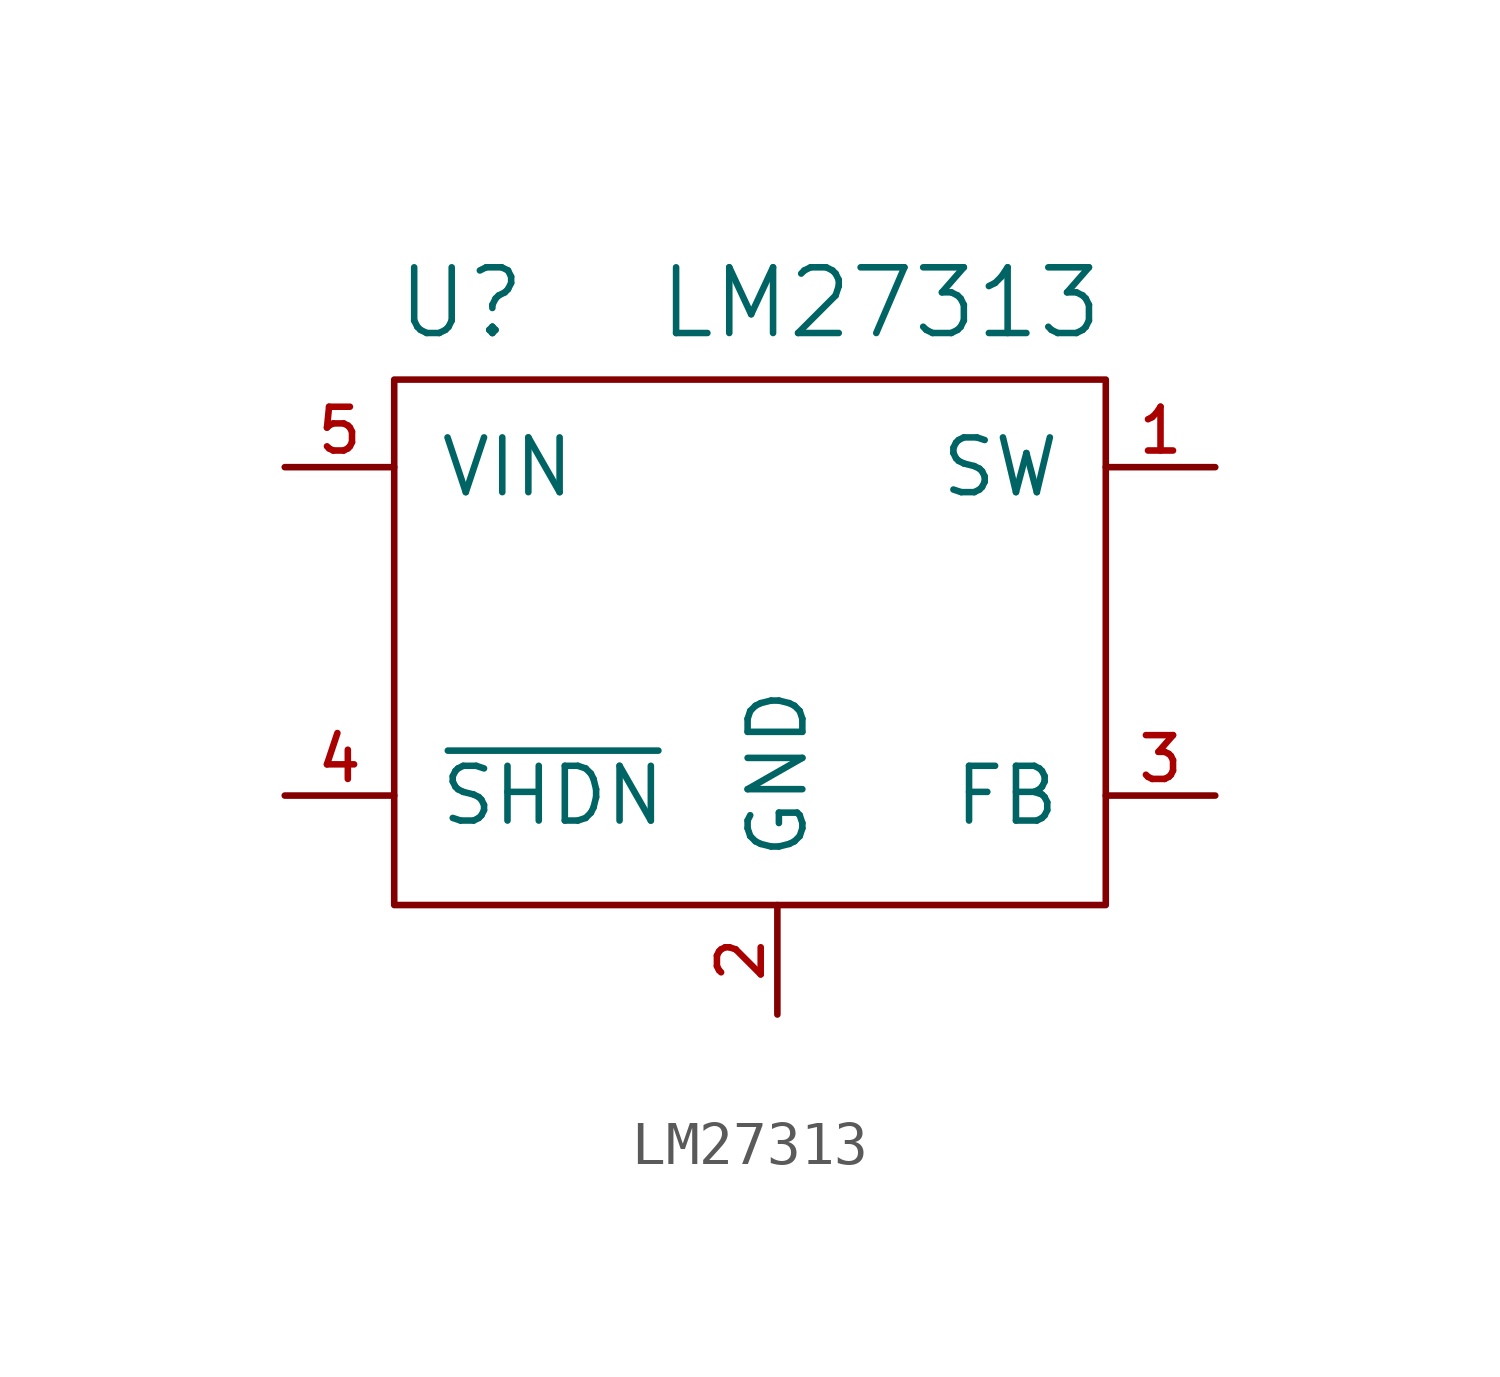
<source format=kicad_sym>
(kicad_symbol_lib
  (version 20211014)
  (generator kicad_symbol_editor)
  (symbol "LM27313"
    (pin_names
      (offset 1.016))
    (property "Reference" "U"
      (at 2.54 3.81 0)
      (effects (font (size 1.524 1.524)) (justify left)))
    (property "Value" "LM27313"
      (at 19.05 3.81 0)
      (effects (font (size 1.524 1.524)) (justify right)))
    (symbol "LM27313_0_1"
      (rectangle (start 2.54 -10.16) (end 19.05 2.032) (stroke (width 0) (type default) (color 0 0 0 0)) (fill (type none))))
    (symbol "LM27313_1_1"
      (pin passive line (at 21.59 0 180) (length 2.54) (name "SW" (effects (font (size 1.27 1.27)))) (number "1" (effects (font (size 1.016 1.016)))))
      (pin power_in line (at 11.43 -12.7 90) (length 2.54) (name "GND" (effects (font (size 1.27 1.27)))) (number "2" (effects (font (size 1.016 1.016)))))
      (pin passive line (at 21.59 -7.62 180) (length 2.54) (name "FB" (effects (font (size 1.27 1.27)))) (number "3" (effects (font (size 1.016 1.016)))))
      (pin input line (at 0 -7.62 0) (length 2.54) (name "~{SHDN}" (effects (font (size 1.27 1.27)))) (number "4" (effects (font (size 1.016 1.016)))))
      (pin power_in line (at 0 0 0) (length 2.54) (name "VIN" (effects (font (size 1.27 1.27)))) (number "5" (effects (font (size 1.016 1.016))))))))
</source>
